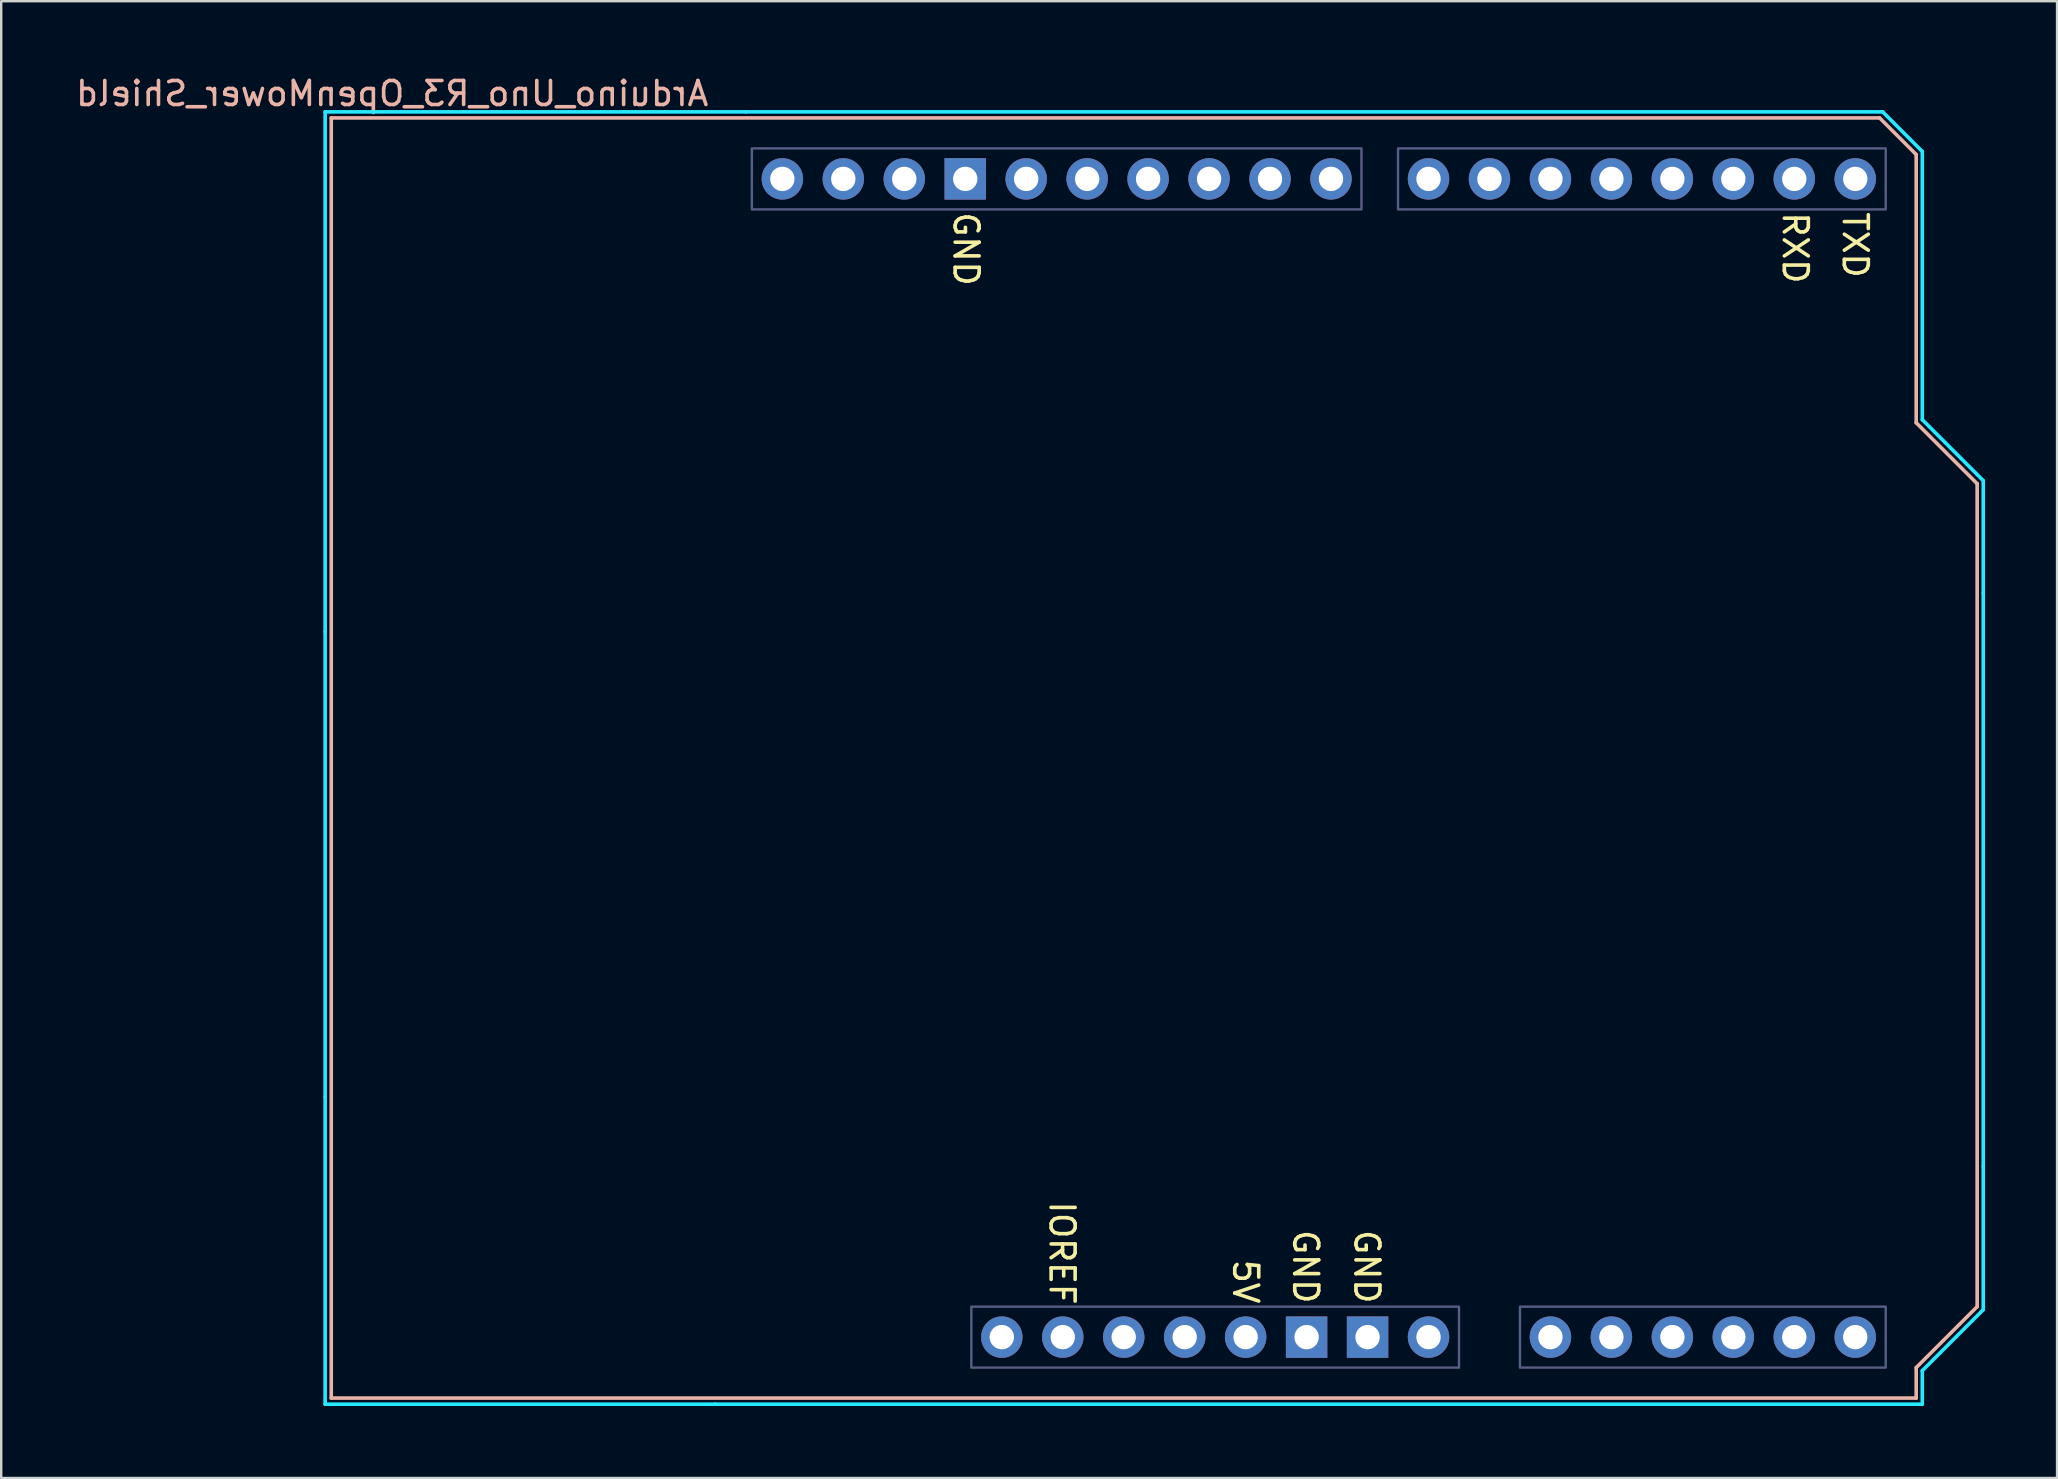
<source format=kicad_pcb>
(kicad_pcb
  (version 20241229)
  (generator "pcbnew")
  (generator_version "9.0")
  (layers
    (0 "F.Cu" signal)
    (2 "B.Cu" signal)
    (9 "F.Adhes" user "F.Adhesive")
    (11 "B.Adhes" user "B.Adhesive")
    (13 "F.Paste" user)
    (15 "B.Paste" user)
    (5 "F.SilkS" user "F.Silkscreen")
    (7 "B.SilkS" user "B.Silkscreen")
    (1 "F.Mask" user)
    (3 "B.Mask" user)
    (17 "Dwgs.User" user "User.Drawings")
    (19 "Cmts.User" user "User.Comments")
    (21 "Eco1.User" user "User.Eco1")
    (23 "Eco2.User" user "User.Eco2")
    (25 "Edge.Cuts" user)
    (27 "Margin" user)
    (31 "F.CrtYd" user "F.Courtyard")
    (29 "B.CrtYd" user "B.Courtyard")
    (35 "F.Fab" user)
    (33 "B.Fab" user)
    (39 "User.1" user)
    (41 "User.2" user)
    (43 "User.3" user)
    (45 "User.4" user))
  (footprint "Arduino_Uno_R3_OpenMower_Shield"
    (layer "F.Cu")
    (at 10.752 55.204)
    (property "Reference" "Arduino_Uno_R3_OpenMower_Shield" (at 2.54 -54.356 0) (layer "B.SilkS") (effects (font (size 1 1) (thickness 0.15)) (justify mirror)))
    (attr through_hole)
    (fp_line (start 0 -53.34) (end 0 0) (stroke (width 0.15) (type solid)) (layer "B.SilkS"))
    (fp_line (start 0 -53.34) (end 64.516 -53.34) (stroke (width 0.15) (type solid)) (layer "B.SilkS"))
    (fp_line (start 0 0) (end 66.04 0) (stroke (width 0.15) (type solid)) (layer "B.SilkS"))
    (fp_line (start 64.516 -53.34) (end 66.04 -51.816) (stroke (width 0.15) (type solid)) (layer "B.SilkS"))
    (fp_line (start 66.04 -40.64) (end 66.04 -51.816) (stroke (width 0.15) (type solid)) (layer "B.SilkS"))
    (fp_line (start 66.04 -1.27) (end 68.58 -3.81) (stroke (width 0.15) (type solid)) (layer "B.SilkS"))
    (fp_line (start 66.04 0) (end 66.04 -1.27) (stroke (width 0.15) (type solid)) (layer "B.SilkS"))
    (fp_line (start 68.58 -38.1) (end 66.04 -40.64) (stroke (width 0.15) (type solid)) (layer "B.SilkS"))
    (fp_line (start 68.58 -3.81) (end 68.58 -38.1) (stroke (width 0.15) (type solid)) (layer "B.SilkS"))
    (fp_line (start -0.254 -53.594) (end -0.254 -31.94) (stroke (width 0.15) (type solid)) (layer "B.CrtYd"))
    (fp_line (start -0.254 -31.94) (end -0.254 -12.548) (stroke (width 0.15) (type solid)) (layer "B.CrtYd"))
    (fp_line (start -0.254 -12.548) (end -0.254 0.254) (stroke (width 0.15) (type solid)) (layer "B.CrtYd"))
    (fp_line (start 16.002 0.254) (end -0.254 0.254) (stroke (width 0.15) (type solid)) (layer "B.CrtYd"))
    (fp_line (start 16.002 0.254) (end 66.294 0.254) (stroke (width 0.15) (type solid)) (layer "B.CrtYd"))
    (fp_line (start 17.272 -53.594) (end -0.254 -53.594) (stroke (width 0.15) (type solid)) (layer "B.CrtYd"))
    (fp_line (start 17.272 -53.594) (end 64.643 -53.594) (stroke (width 0.15) (type solid)) (layer "B.CrtYd"))
    (fp_line (start 64.643 -53.594) (end 66.294 -51.943) (stroke (width 0.15) (type solid)) (layer "B.CrtYd"))
    (fp_line (start 66.294 -40.767) (end 66.294 -51.943) (stroke (width 0.15) (type solid)) (layer "B.CrtYd"))
    (fp_line (start 66.294 -1.143) (end 68.834 -3.683) (stroke (width 0.15) (type solid)) (layer "B.CrtYd"))
    (fp_line (start 66.294 0.254) (end 66.294 -1.143) (stroke (width 0.15) (type solid)) (layer "B.CrtYd"))
    (fp_line (start 68.834 -38.227) (end 66.294 -40.767) (stroke (width 0.15) (type solid)) (layer "B.CrtYd"))
    (fp_line (start 68.834 -38.227) (end 68.834 -33.528) (stroke (width 0.15) (type solid)) (layer "B.CrtYd"))
    (fp_line (start 68.834 -9.652) (end 68.834 -33.528) (stroke (width 0.15) (type solid)) (layer "B.CrtYd"))
    (fp_line (start 68.834 -9.652) (end 68.834 -3.683) (stroke (width 0.15) (type solid)) (layer "B.CrtYd"))
    (fp_rect (start 17.526 -52.07) (end 42.926 -49.53) (stroke (width 0.1) (type solid)) (fill no) (layer "B.Fab"))
    (fp_rect (start 26.67 -3.81) (end 46.99 -1.27) (stroke (width 0.1) (type solid)) (fill no) (layer "B.Fab"))
    (fp_rect (start 44.45 -52.07) (end 64.77 -49.53) (stroke (width 0.1) (type solid)) (fill no) (layer "B.Fab"))
    (fp_rect (start 49.53 -3.81) (end 64.77 -1.27) (stroke (width 0.1) (type solid)) (fill no) (layer "B.Fab"))
    (fp_text user "IOREF" (at 30.45 -3.8 270) (unlocked yes) (layer "F.SilkS") (effects (font (size 1 1) (thickness 0.15)) (justify right)))
    (fp_text user "GND" (at 40.6 -3.85 270) (unlocked yes) (layer "F.SilkS") (effects (font (size 1 1) (thickness 0.15)) (justify right)))
    (fp_text user "5V" (at 38.1 -3.85 270) (unlocked yes) (layer "F.SilkS") (effects (font (size 1 1) (thickness 0.15)) (justify right)))
    (fp_text user "RXD" (at 61 -49.5 270) (unlocked yes) (layer "F.SilkS") (effects (font (size 1 1) (thickness 0.15)) (justify left)))
    (fp_text user "GND" (at 43.15 -3.85 270) (unlocked yes) (layer "F.SilkS") (effects (font (size 1 1) (thickness 0.15)) (justify right)))
    (fp_text user "GND" (at 26.45 -49.5 270) (unlocked yes) (layer "F.SilkS") (effects (font (size 1 1) (thickness 0.15)) (justify left)))
    (fp_text user "TXD" (at 63.5 -49.5 270) (unlocked yes) (layer "F.SilkS") (effects (font (size 1 1) (thickness 0.15)) (justify left)))
    (pad "1" thru_hole oval (at 27.94 -2.54) (size 1.727 1.727) (drill 1.016) (layers "*.Cu" "*.Mask"))
    (pad "2" thru_hole oval (at 30.48 -2.54) (size 1.727 1.727) (drill 1.016) (layers "*.Cu" "*.Mask"))
    (pad "3" thru_hole oval (at 33.02 -2.54) (size 1.727 1.727) (drill 1.016) (layers "*.Cu" "*.Mask"))
    (pad "4" thru_hole oval (at 35.56 -2.54) (size 1.727 1.727) (drill 1.016) (layers "*.Cu" "*.Mask"))
    (pad "5" thru_hole oval (at 38.1 -2.54) (size 1.727 1.727) (drill 1.016) (layers "*.Cu" "*.Mask"))
    (pad "6" thru_hole rect (at 40.64 -2.54) (size 1.727 1.727) (drill 1.016) (layers "*.Cu" "*.Mask"))
    (pad "7" thru_hole rect (at 43.18 -2.54) (size 1.727 1.727) (drill 1.016) (layers "*.Cu" "*.Mask"))
    (pad "8" thru_hole oval (at 45.72 -2.54) (size 1.727 1.727) (drill 1.016) (layers "*.Cu" "*.Mask"))
    (pad "9" thru_hole oval (at 50.8 -2.54) (size 1.727 1.727) (drill 1.016) (layers "*.Cu" "*.Mask"))
    (pad "10" thru_hole oval (at 53.34 -2.54) (size 1.727 1.727) (drill 1.016) (layers "*.Cu" "*.Mask"))
    (pad "11" thru_hole oval (at 55.88 -2.54) (size 1.727 1.727) (drill 1.016) (layers "*.Cu" "*.Mask"))
    (pad "12" thru_hole oval (at 58.42 -2.54) (size 1.727 1.727) (drill 1.016) (layers "*.Cu" "*.Mask"))
    (pad "13" thru_hole oval (at 60.96 -2.54) (size 1.727 1.727) (drill 1.016) (layers "*.Cu" "*.Mask"))
    (pad "14" thru_hole oval (at 63.5 -2.54) (size 1.727 1.727) (drill 1.016) (layers "*.Cu" "*.Mask"))
    (pad "15" thru_hole oval (at 63.5 -50.8) (size 1.727 1.727) (drill 1.016) (layers "*.Cu" "*.Mask"))
    (pad "16" thru_hole oval (at 60.96 -50.8) (size 1.727 1.727) (drill 1.016) (layers "*.Cu" "*.Mask"))
    (pad "17" thru_hole oval (at 58.42 -50.8) (size 1.727 1.727) (drill 1.016) (layers "*.Cu" "*.Mask"))
    (pad "18" thru_hole oval (at 55.88 -50.8) (size 1.727 1.727) (drill 1.016) (layers "*.Cu" "*.Mask"))
    (pad "19" thru_hole oval (at 53.34 -50.8) (size 1.727 1.727) (drill 1.016) (layers "*.Cu" "*.Mask"))
    (pad "20" thru_hole oval (at 50.8 -50.8) (size 1.727 1.727) (drill 1.016) (layers "*.Cu" "*.Mask"))
    (pad "21" thru_hole oval (at 48.26 -50.8) (size 1.727 1.727) (drill 1.016) (layers "*.Cu" "*.Mask"))
    (pad "22" thru_hole oval (at 45.72 -50.8) (size 1.727 1.727) (drill 1.016) (layers "*.Cu" "*.Mask"))
    (pad "23" thru_hole oval (at 41.656 -50.8) (size 1.727 1.727) (drill 1.016) (layers "*.Cu" "*.Mask"))
    (pad "24" thru_hole oval (at 39.116 -50.8) (size 1.727 1.727) (drill 1.016) (layers "*.Cu" "*.Mask"))
    (pad "25" thru_hole oval (at 36.576 -50.8) (size 1.727 1.727) (drill 1.016) (layers "*.Cu" "*.Mask"))
    (pad "26" thru_hole oval (at 34.036 -50.8) (size 1.727 1.727) (drill 1.016) (layers "*.Cu" "*.Mask"))
    (pad "27" thru_hole oval (at 31.496 -50.8) (size 1.727 1.727) (drill 1.016) (layers "*.Cu" "*.Mask"))
    (pad "28" thru_hole oval (at 28.956 -50.8) (size 1.727 1.727) (drill 1.016) (layers "*.Cu" "*.Mask"))
    (pad "29" thru_hole rect (at 26.416 -50.8) (size 1.727 1.727) (drill 1.016) (layers "*.Cu" "*.Mask"))
    (pad "30" thru_hole oval (at 23.876 -50.8) (size 1.727 1.727) (drill 1.016) (layers "*.Cu" "*.Mask"))
    (pad "31" thru_hole oval (at 21.336 -50.8) (size 1.727 1.727) (drill 1.016) (layers "*.Cu" "*.Mask"))
    (pad "32" thru_hole oval (at 18.796 -50.8) (size 1.727 1.727) (drill 1.016) (layers "*.Cu" "*.Mask")))
  (gr_rect
    (start -3 -3)
    (end 82.661 58.533)
    (stroke (width 0.1) (type default))
    (fill no)
    (layer "Edge.Cuts")))
</source>
